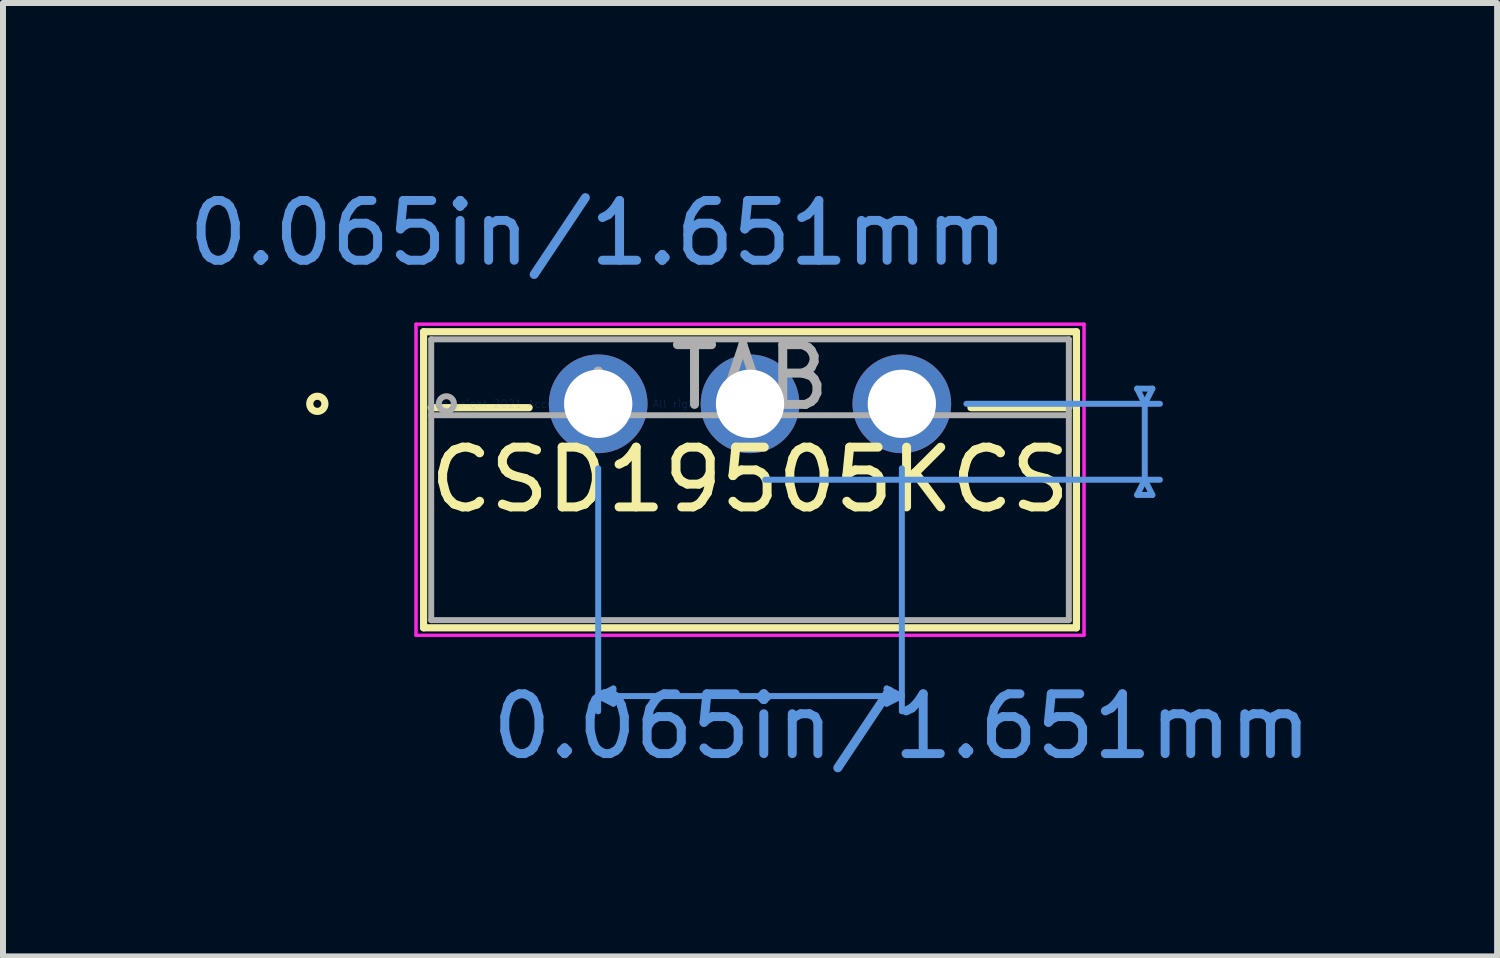
<source format=kicad_pcb>
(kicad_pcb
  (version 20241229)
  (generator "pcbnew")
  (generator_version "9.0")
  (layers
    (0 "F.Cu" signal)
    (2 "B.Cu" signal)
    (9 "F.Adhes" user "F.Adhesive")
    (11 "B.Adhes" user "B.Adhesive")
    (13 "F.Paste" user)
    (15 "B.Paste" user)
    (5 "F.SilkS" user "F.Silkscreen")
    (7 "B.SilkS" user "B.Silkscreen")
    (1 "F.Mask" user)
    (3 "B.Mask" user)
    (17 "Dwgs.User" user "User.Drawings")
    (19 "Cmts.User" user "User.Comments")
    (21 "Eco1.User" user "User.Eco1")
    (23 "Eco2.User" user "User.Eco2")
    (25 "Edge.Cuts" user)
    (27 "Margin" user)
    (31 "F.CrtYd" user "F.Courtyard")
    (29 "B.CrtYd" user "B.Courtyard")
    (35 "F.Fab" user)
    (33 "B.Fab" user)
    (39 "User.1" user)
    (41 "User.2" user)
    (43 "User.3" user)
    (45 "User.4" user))
  (footprint "CSD19505KCS"
    (layer "F.Cu")
    (at 6.958 3.706)
    (property "Reference" "CSD19505KCS" (at 2.54 1.27 0) (layer "F.SilkS") (effects (font (size 1 1) (thickness 0.15))))
    (attr through_hole)
    (fp_line (start -2.921 -1.206) (end -2.921 3.747) (stroke (width 0.12) (type solid)) (layer "F.SilkS"))
    (fp_line (start -2.921 3.747) (end 8.001 3.747) (stroke (width 0.12) (type solid)) (layer "F.SilkS"))
    (fp_line (start -2.794 0.064) (end -1.156 0.064) (stroke (width 0.12) (type solid)) (layer "F.SilkS"))
    (fp_line (start 6.236 0.064) (end 7.874 0.064) (stroke (width 0.12) (type solid)) (layer "F.SilkS"))
    (fp_line (start 8.001 -1.206) (end -2.921 -1.206) (stroke (width 0.12) (type solid)) (layer "F.SilkS"))
    (fp_line (start 8.001 3.747) (end 8.001 -1.206) (stroke (width 0.12) (type solid)) (layer "F.SilkS"))
    (fp_circle (center -4.699 0) (end -4.572 0) (stroke (width 0.12) (type solid)) (fill no) (layer "F.SilkS"))
    (fp_line (start 0 1.079) (end 0 5.144) (stroke (width 0.1) (type solid)) (layer "Cmts.User"))
    (fp_line (start 0 4.889) (end 0.254 4.763) (stroke (width 0.1) (type solid)) (layer "Cmts.User"))
    (fp_line (start 0.254 4.763) (end 0.254 5.016) (stroke (width 0.1) (type solid)) (layer "Cmts.User"))
    (fp_line (start 0.254 5.016) (end 0 4.889) (stroke (width 0.1) (type solid)) (layer "Cmts.User"))
    (fp_line (start 2.794 1.27) (end 9.398 1.27) (stroke (width 0.1) (type solid)) (layer "Cmts.User"))
    (fp_line (start 4.826 4.763) (end 4.826 5.016) (stroke (width 0.1) (type solid)) (layer "Cmts.User"))
    (fp_line (start 4.826 5.016) (end 5.08 4.889) (stroke (width 0.1) (type solid)) (layer "Cmts.User"))
    (fp_line (start 5.08 1.079) (end 5.08 5.144) (stroke (width 0.1) (type solid)) (layer "Cmts.User"))
    (fp_line (start 5.08 4.889) (end 0 4.889) (stroke (width 0.1) (type solid)) (layer "Cmts.User"))
    (fp_line (start 5.08 4.889) (end 4.826 4.763) (stroke (width 0.1) (type solid)) (layer "Cmts.User"))
    (fp_line (start 6.16 0) (end 9.398 0) (stroke (width 0.1) (type solid)) (layer "Cmts.User"))
    (fp_line (start 9.017 -0.254) (end 9.271 -0.254) (stroke (width 0.1) (type solid)) (layer "Cmts.User"))
    (fp_line (start 9.017 1.524) (end 9.271 1.524) (stroke (width 0.1) (type solid)) (layer "Cmts.User"))
    (fp_line (start 9.144 0) (end 9.017 -0.254) (stroke (width 0.1) (type solid)) (layer "Cmts.User"))
    (fp_line (start 9.144 1.27) (end 9.017 1.524) (stroke (width 0.1) (type solid)) (layer "Cmts.User"))
    (fp_line (start 9.144 1.27) (end 9.144 0) (stroke (width 0.1) (type solid)) (layer "Cmts.User"))
    (fp_line (start 9.271 -0.254) (end 9.144 0) (stroke (width 0.1) (type solid)) (layer "Cmts.User"))
    (fp_line (start 9.271 1.524) (end 9.144 1.27) (stroke (width 0.1) (type solid)) (layer "Cmts.User"))
    (fp_line (start -3.048 -1.333) (end -3.048 3.873) (stroke (width 0.05) (type solid)) (layer "F.CrtYd"))
    (fp_line (start -3.048 -1.333) (end -3.048 3.873) (stroke (width 0.05) (type solid)) (layer "F.CrtYd"))
    (fp_line (start -3.048 3.873) (end 8.128 3.873) (stroke (width 0.05) (type solid)) (layer "F.CrtYd"))
    (fp_line (start -3.048 3.873) (end 8.128 3.873) (stroke (width 0.05) (type solid)) (layer "F.CrtYd"))
    (fp_line (start 8.128 -1.333) (end -3.048 -1.333) (stroke (width 0.05) (type solid)) (layer "F.CrtYd"))
    (fp_line (start 8.128 -1.333) (end -3.048 -1.333) (stroke (width 0.05) (type solid)) (layer "F.CrtYd"))
    (fp_line (start 8.128 3.873) (end 8.128 -1.333) (stroke (width 0.05) (type solid)) (layer "F.CrtYd"))
    (fp_line (start 8.128 3.873) (end 8.128 -1.333) (stroke (width 0.05) (type solid)) (layer "F.CrtYd"))
    (fp_line (start -2.794 -1.079) (end -2.794 3.619) (stroke (width 0.1) (type solid)) (layer "F.Fab"))
    (fp_line (start -2.794 0.191) (end 7.874 0.191) (stroke (width 0.1) (type solid)) (layer "F.Fab"))
    (fp_line (start -2.794 3.619) (end 7.874 3.619) (stroke (width 0.1) (type solid)) (layer "F.Fab"))
    (fp_line (start 7.874 -1.079) (end -2.794 -1.079) (stroke (width 0.1) (type solid)) (layer "F.Fab"))
    (fp_line (start 7.874 3.619) (end 7.874 -1.079) (stroke (width 0.1) (type solid)) (layer "F.Fab"))
    (fp_circle (center -2.54 0) (end -2.413 0) (stroke (width 0.1) (type solid)) (fill no) (layer "F.Fab"))
    (fp_text user "*" (at 0 0 0) (layer "F.SilkS") (effects (font (size 1 1) (thickness 0.15))))
    (fp_text user "0.065in/1.651mm" (at 5.08 5.397 0) (layer "Cmts.User") (effects (font (size 1 1) (thickness 0.15))))
    (fp_text user "Copyright 2021 Accelerated Designs. All rights reserved." (at 0 0 0) (layer "Cmts.User") (effects (font (size 0.127 0.127) (thickness 0.002))))
    (fp_text user "0.065in/1.651mm" (at 0 -2.857 0) (layer "Cmts.User") (effects (font (size 1 1) (thickness 0.15))))
    (fp_text user "TAB" (at 2.54 -0.445 0) (layer "F.Fab") (effects (font (size 1 1) (thickness 0.15))))
    (fp_text user "*" (at 0 0 0) (layer "F.Fab") (effects (font (size 1 1) (thickness 0.15))))
    (pad "1" thru_hole circle (at 0 0) (size 1.651 1.651) (drill 1.143) (layers "*.Cu" "*.Mask"))
    (pad "2" thru_hole circle (at 2.54 0) (size 1.651 1.651) (drill 1.143) (layers "*.Cu" "*.Mask"))
    (pad "3" thru_hole circle (at 5.08 0) (size 1.651 1.651) (drill 1.143) (layers "*.Cu" "*.Mask")))
  (gr_rect
    (start -3 -3)
    (end 21.997 12.951)
    (stroke (width 0.1) (type default))
    (fill no)
    (layer "Edge.Cuts")))
</source>
